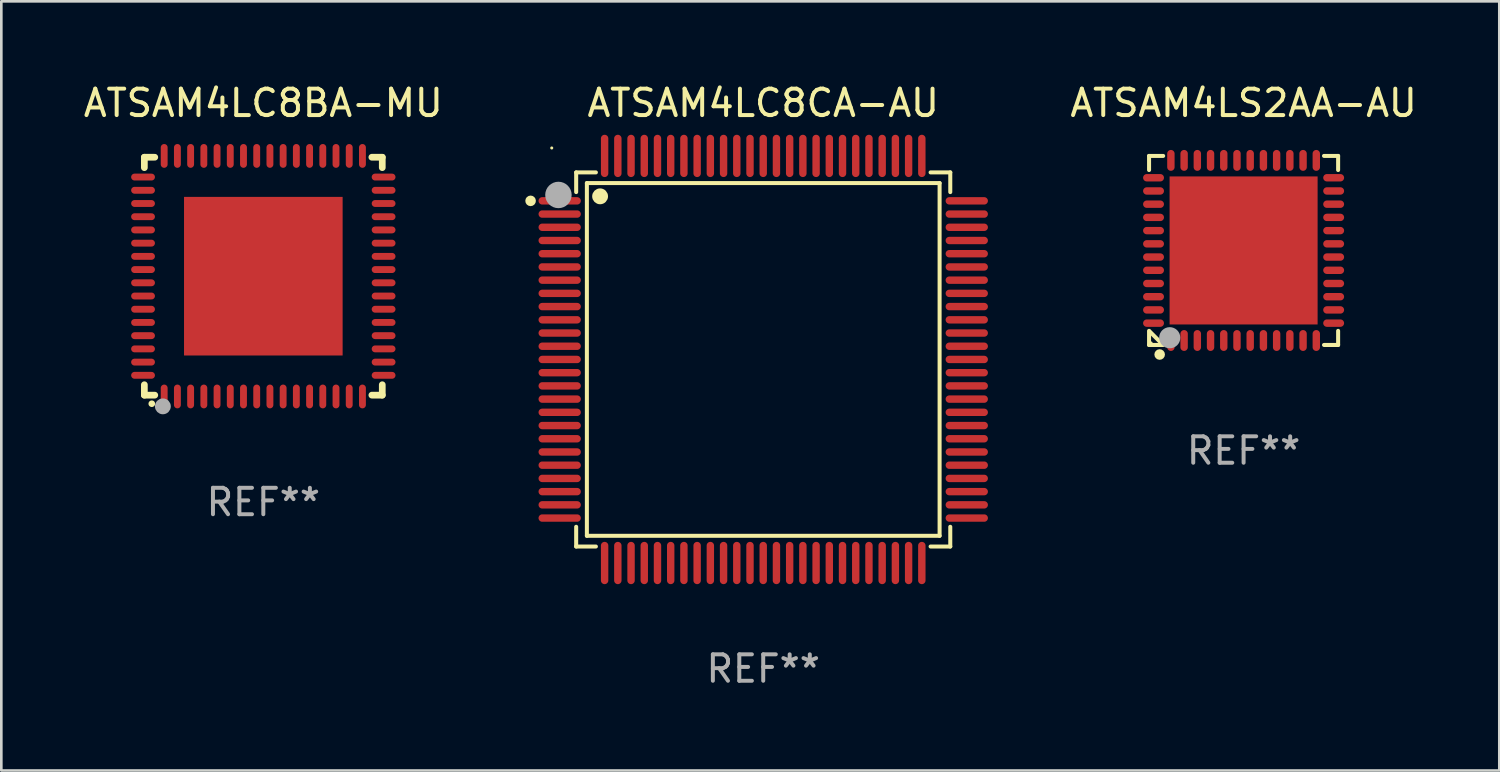
<source format=kicad_pcb>
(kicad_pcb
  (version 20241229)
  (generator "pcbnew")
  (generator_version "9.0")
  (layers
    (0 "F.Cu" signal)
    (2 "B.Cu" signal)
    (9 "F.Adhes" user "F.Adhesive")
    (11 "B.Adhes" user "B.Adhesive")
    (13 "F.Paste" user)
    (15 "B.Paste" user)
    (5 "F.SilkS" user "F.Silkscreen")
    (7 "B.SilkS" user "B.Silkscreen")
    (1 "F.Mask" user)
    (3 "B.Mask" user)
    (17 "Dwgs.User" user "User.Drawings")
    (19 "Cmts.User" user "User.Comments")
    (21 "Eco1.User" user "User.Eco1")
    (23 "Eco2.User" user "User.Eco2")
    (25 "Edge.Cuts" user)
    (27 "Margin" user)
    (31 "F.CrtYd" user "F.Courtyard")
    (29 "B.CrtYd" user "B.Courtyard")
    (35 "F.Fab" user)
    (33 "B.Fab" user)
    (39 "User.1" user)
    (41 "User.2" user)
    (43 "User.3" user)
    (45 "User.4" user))
  (footprint "ATSAM4LS2AA-AU"
    (layer "F.Cu")
    (at 43.994 6.424)
    (property "Reference" "ATSAM4LS2AA-AU" (at 0 -5.576 0) (layer "F.SilkS") (effects (font (size 1 1) (thickness 0.15))))
    (attr through_hole)
    (fp_line (start -3.576 -3.576) (end -3.576 -3.042) (stroke (width 0.152) (type solid)) (layer "F.SilkS"))
    (fp_line (start -3.576 3.576) (end -3.576 3.042) (stroke (width 0.152) (type solid)) (layer "F.SilkS"))
    (fp_line (start -3.069 3.549) (end -3.549 3.069) (stroke (width 0.152) (type solid)) (layer "F.SilkS"))
    (fp_line (start -3.042 -3.576) (end -3.576 -3.576) (stroke (width 0.152) (type solid)) (layer "F.SilkS"))
    (fp_line (start -3.042 3.576) (end -3.576 3.576) (stroke (width 0.152) (type solid)) (layer "F.SilkS"))
    (fp_line (start 3.042 -3.576) (end 3.576 -3.576) (stroke (width 0.152) (type solid)) (layer "F.SilkS"))
    (fp_line (start 3.042 3.576) (end 3.576 3.576) (stroke (width 0.152) (type solid)) (layer "F.SilkS"))
    (fp_line (start 3.576 -3.576) (end 3.576 -3.042) (stroke (width 0.152) (type solid)) (layer "F.SilkS"))
    (fp_line (start 3.576 3.576) (end 3.576 3.042) (stroke (width 0.152) (type solid)) (layer "F.SilkS"))
    (fp_circle (center -3.5 3.5) (end -3.47 3.5) (stroke (width 0.06) (type solid)) (fill no) (layer "F.SilkS"))
    (fp_circle (center -3.175 3.937) (end -3.075 3.937) (stroke (width 0.2) (type solid)) (fill no) (layer "F.SilkS"))
    (fp_circle (center -2.794 3.302) (end -2.594 3.302) (stroke (width 0.4) (type solid)) (fill no) (layer "F.Fab"))
    (fp_text user "REF**" (at 0 7.576 0) (layer "F.Fab") (effects (font (size 1 1) (thickness 0.15))))
    (pad "1" smd oval (at -2.75 3.407) (size 0.28 0.79) (layers "F.Cu" "F.Mask" "F.Paste"))
    (pad "2" smd oval (at -2.25 3.407) (size 0.28 0.79) (layers "F.Cu" "F.Mask" "F.Paste"))
    (pad "3" smd oval (at -1.75 3.407) (size 0.28 0.79) (layers "F.Cu" "F.Mask" "F.Paste"))
    (pad "4" smd oval (at -1.25 3.407) (size 0.28 0.79) (layers "F.Cu" "F.Mask" "F.Paste"))
    (pad "5" smd oval (at -0.75 3.407) (size 0.28 0.79) (layers "F.Cu" "F.Mask" "F.Paste"))
    (pad "6" smd oval (at -0.25 3.407) (size 0.28 0.79) (layers "F.Cu" "F.Mask" "F.Paste"))
    (pad "7" smd oval (at 0.25 3.407) (size 0.28 0.79) (layers "F.Cu" "F.Mask" "F.Paste"))
    (pad "8" smd oval (at 0.75 3.407) (size 0.28 0.79) (layers "F.Cu" "F.Mask" "F.Paste"))
    (pad "9" smd oval (at 1.25 3.407) (size 0.28 0.79) (layers "F.Cu" "F.Mask" "F.Paste"))
    (pad "10" smd oval (at 1.75 3.407) (size 0.28 0.79) (layers "F.Cu" "F.Mask" "F.Paste"))
    (pad "11" smd oval (at 2.25 3.407) (size 0.28 0.79) (layers "F.Cu" "F.Mask" "F.Paste"))
    (pad "12" smd oval (at 2.75 3.407) (size 0.28 0.79) (layers "F.Cu" "F.Mask" "F.Paste"))
    (pad "13" smd oval (at 3.407 2.75) (size 0.79 0.28) (layers "F.Cu" "F.Mask" "F.Paste"))
    (pad "14" smd oval (at 3.407 2.25) (size 0.79 0.28) (layers "F.Cu" "F.Mask" "F.Paste"))
    (pad "15" smd oval (at 3.407 1.75) (size 0.79 0.28) (layers "F.Cu" "F.Mask" "F.Paste"))
    (pad "16" smd oval (at 3.407 1.25) (size 0.79 0.28) (layers "F.Cu" "F.Mask" "F.Paste"))
    (pad "17" smd oval (at 3.407 0.75) (size 0.79 0.28) (layers "F.Cu" "F.Mask" "F.Paste"))
    (pad "18" smd oval (at 3.407 0.25) (size 0.79 0.28) (layers "F.Cu" "F.Mask" "F.Paste"))
    (pad "19" smd oval (at 3.407 -0.25) (size 0.79 0.28) (layers "F.Cu" "F.Mask" "F.Paste"))
    (pad "20" smd oval (at 3.407 -0.75) (size 0.79 0.28) (layers "F.Cu" "F.Mask" "F.Paste"))
    (pad "21" smd oval (at 3.407 -1.25) (size 0.79 0.28) (layers "F.Cu" "F.Mask" "F.Paste"))
    (pad "22" smd oval (at 3.407 -1.75) (size 0.79 0.28) (layers "F.Cu" "F.Mask" "F.Paste"))
    (pad "23" smd oval (at 3.407 -2.25) (size 0.79 0.28) (layers "F.Cu" "F.Mask" "F.Paste"))
    (pad "24" smd oval (at 3.407 -2.75) (size 0.79 0.28) (layers "F.Cu" "F.Mask" "F.Paste"))
    (pad "25" smd oval (at 2.75 -3.407) (size 0.28 0.79) (layers "F.Cu" "F.Mask" "F.Paste"))
    (pad "26" smd oval (at 2.25 -3.407) (size 0.28 0.79) (layers "F.Cu" "F.Mask" "F.Paste"))
    (pad "27" smd oval (at 1.75 -3.407) (size 0.28 0.79) (layers "F.Cu" "F.Mask" "F.Paste"))
    (pad "28" smd oval (at 1.25 -3.407) (size 0.28 0.79) (layers "F.Cu" "F.Mask" "F.Paste"))
    (pad "29" smd oval (at 0.75 -3.407) (size 0.28 0.79) (layers "F.Cu" "F.Mask" "F.Paste"))
    (pad "30" smd oval (at 0.25 -3.407) (size 0.28 0.79) (layers "F.Cu" "F.Mask" "F.Paste"))
    (pad "31" smd oval (at -0.25 -3.407) (size 0.28 0.79) (layers "F.Cu" "F.Mask" "F.Paste"))
    (pad "32" smd oval (at -0.75 -3.407) (size 0.28 0.79) (layers "F.Cu" "F.Mask" "F.Paste"))
    (pad "33" smd oval (at -1.25 -3.407) (size 0.28 0.79) (layers "F.Cu" "F.Mask" "F.Paste"))
    (pad "34" smd oval (at -1.75 -3.407) (size 0.28 0.79) (layers "F.Cu" "F.Mask" "F.Paste"))
    (pad "35" smd oval (at -2.25 -3.407) (size 0.28 0.79) (layers "F.Cu" "F.Mask" "F.Paste"))
    (pad "36" smd oval (at -2.75 -3.407) (size 0.28 0.79) (layers "F.Cu" "F.Mask" "F.Paste"))
    (pad "37" smd oval (at -3.407 -2.75) (size 0.79 0.28) (layers "F.Cu" "F.Mask" "F.Paste"))
    (pad "38" smd oval (at -3.407 -2.25) (size 0.79 0.28) (layers "F.Cu" "F.Mask" "F.Paste"))
    (pad "39" smd oval (at -3.407 -1.75) (size 0.79 0.28) (layers "F.Cu" "F.Mask" "F.Paste"))
    (pad "40" smd oval (at -3.407 -1.25) (size 0.79 0.28) (layers "F.Cu" "F.Mask" "F.Paste"))
    (pad "41" smd oval (at -3.407 -0.75) (size 0.79 0.28) (layers "F.Cu" "F.Mask" "F.Paste"))
    (pad "42" smd oval (at -3.407 -0.25) (size 0.79 0.28) (layers "F.Cu" "F.Mask" "F.Paste"))
    (pad "43" smd oval (at -3.407 0.25) (size 0.79 0.28) (layers "F.Cu" "F.Mask" "F.Paste"))
    (pad "44" smd oval (at -3.407 0.75) (size 0.79 0.28) (layers "F.Cu" "F.Mask" "F.Paste"))
    (pad "45" smd oval (at -3.407 1.25) (size 0.79 0.28) (layers "F.Cu" "F.Mask" "F.Paste"))
    (pad "46" smd oval (at -3.407 1.75) (size 0.79 0.28) (layers "F.Cu" "F.Mask" "F.Paste"))
    (pad "47" smd oval (at -3.407 2.25) (size 0.79 0.28) (layers "F.Cu" "F.Mask" "F.Paste"))
    (pad "48" smd oval (at -3.407 2.75) (size 0.79 0.28) (layers "F.Cu" "F.Mask" "F.Paste"))
    (pad "49" smd rect (at 0 0) (size 5.6 5.6) (layers "F.Cu" "F.Mask" "F.Paste")))
  (footprint "ATSAM4LC8BA-MU"
    (layer "F.Cu")
    (at 6.911 7.398)
    (property "Reference" "ATSAM4LC8BA-MU" (at 0 -6.55 0) (layer "F.SilkS") (effects (font (size 1 1) (thickness 0.15))))
    (attr through_hole)
    (fp_line (start -4.5 -4.5) (end -4.106 -4.5) (stroke (width 0.254) (type solid)) (layer "F.SilkS"))
    (fp_line (start -4.5 -4.106) (end -4.5 -4.5) (stroke (width 0.254) (type solid)) (layer "F.SilkS"))
    (fp_line (start -4.5 4.5) (end -4.5 4.106) (stroke (width 0.254) (type solid)) (layer "F.SilkS"))
    (fp_line (start -4.106 4.5) (end -4.5 4.5) (stroke (width 0.254) (type solid)) (layer "F.SilkS"))
    (fp_line (start 4.106 -4.5) (end 4.5 -4.5) (stroke (width 0.254) (type solid)) (layer "F.SilkS"))
    (fp_line (start 4.5 -4.5) (end 4.5 -4.106) (stroke (width 0.254) (type solid)) (layer "F.SilkS"))
    (fp_line (start 4.5 4.106) (end 4.5 4.5) (stroke (width 0.254) (type solid)) (layer "F.SilkS"))
    (fp_line (start 4.5 4.5) (end 4.106 4.5) (stroke (width 0.254) (type solid)) (layer "F.SilkS"))
    (fp_arc (start -4.220041 4.824308) (mid -4.218771 4.824302) (end -4.217501 4.824308) (stroke (width 0.24892) (type solid)) (layer "F.SilkS"))
    (fp_circle (center -4.5 4.5) (end -4.47 4.5) (stroke (width 0.06) (type solid)) (fill no) (layer "F.SilkS"))
    (fp_circle (center -3.8 4.924) (end -3.65 4.924) (stroke (width 0.3) (type solid)) (fill no) (layer "F.Fab"))
    (fp_text user "REF**" (at 0 8.55 0) (layer "F.Fab") (effects (font (size 1 1) (thickness 0.15))))
    (pad "1" smd oval (at -3.75 4.55 90) (size 0.9 0.26) (layers "F.Cu" "F.Mask" "F.Paste"))
    (pad "2" smd oval (at -3.25 4.55 90) (size 0.9 0.26) (layers "F.Cu" "F.Mask" "F.Paste"))
    (pad "3" smd oval (at -2.75 4.55 90) (size 0.9 0.26) (layers "F.Cu" "F.Mask" "F.Paste"))
    (pad "4" smd oval (at -2.25 4.55 90) (size 0.9 0.26) (layers "F.Cu" "F.Mask" "F.Paste"))
    (pad "5" smd oval (at -1.75 4.55 90) (size 0.9 0.26) (layers "F.Cu" "F.Mask" "F.Paste"))
    (pad "6" smd oval (at -1.25 4.55 90) (size 0.9 0.26) (layers "F.Cu" "F.Mask" "F.Paste"))
    (pad "7" smd oval (at -0.75 4.55 90) (size 0.9 0.26) (layers "F.Cu" "F.Mask" "F.Paste"))
    (pad "8" smd oval (at -0.25 4.55 90) (size 0.9 0.26) (layers "F.Cu" "F.Mask" "F.Paste"))
    (pad "9" smd oval (at 0.25 4.55 90) (size 0.9 0.26) (layers "F.Cu" "F.Mask" "F.Paste"))
    (pad "10" smd oval (at 0.75 4.55 90) (size 0.9 0.26) (layers "F.Cu" "F.Mask" "F.Paste"))
    (pad "11" smd oval (at 1.25 4.55 90) (size 0.9 0.26) (layers "F.Cu" "F.Mask" "F.Paste"))
    (pad "12" smd oval (at 1.75 4.55 90) (size 0.9 0.26) (layers "F.Cu" "F.Mask" "F.Paste"))
    (pad "13" smd oval (at 2.25 4.55 90) (size 0.9 0.26) (layers "F.Cu" "F.Mask" "F.Paste"))
    (pad "14" smd oval (at 2.75 4.55 90) (size 0.9 0.26) (layers "F.Cu" "F.Mask" "F.Paste"))
    (pad "15" smd oval (at 3.25 4.55 90) (size 0.9 0.26) (layers "F.Cu" "F.Mask" "F.Paste"))
    (pad "16" smd oval (at 3.75 4.55 90) (size 0.9 0.26) (layers "F.Cu" "F.Mask" "F.Paste"))
    (pad "17" smd oval (at 4.55 3.75 90) (size 0.26 0.9) (layers "F.Cu" "F.Mask" "F.Paste"))
    (pad "18" smd oval (at 4.55 3.25 90) (size 0.26 0.9) (layers "F.Cu" "F.Mask" "F.Paste"))
    (pad "19" smd oval (at 4.55 2.75 90) (size 0.26 0.9) (layers "F.Cu" "F.Mask" "F.Paste"))
    (pad "20" smd oval (at 4.55 2.25 90) (size 0.26 0.9) (layers "F.Cu" "F.Mask" "F.Paste"))
    (pad "21" smd oval (at 4.55 1.75 90) (size 0.26 0.9) (layers "F.Cu" "F.Mask" "F.Paste"))
    (pad "22" smd oval (at 4.55 1.25 90) (size 0.26 0.9) (layers "F.Cu" "F.Mask" "F.Paste"))
    (pad "23" smd oval (at 4.55 0.75 90) (size 0.26 0.9) (layers "F.Cu" "F.Mask" "F.Paste"))
    (pad "24" smd oval (at 4.55 0.25 90) (size 0.26 0.9) (layers "F.Cu" "F.Mask" "F.Paste"))
    (pad "25" smd oval (at 4.55 -0.25 90) (size 0.26 0.9) (layers "F.Cu" "F.Mask" "F.Paste"))
    (pad "26" smd oval (at 4.55 -0.75 90) (size 0.26 0.9) (layers "F.Cu" "F.Mask" "F.Paste"))
    (pad "27" smd oval (at 4.55 -1.25 90) (size 0.26 0.9) (layers "F.Cu" "F.Mask" "F.Paste"))
    (pad "28" smd oval (at 4.55 -1.75 90) (size 0.26 0.9) (layers "F.Cu" "F.Mask" "F.Paste"))
    (pad "29" smd oval (at 4.55 -2.25 90) (size 0.26 0.9) (layers "F.Cu" "F.Mask" "F.Paste"))
    (pad "30" smd oval (at 4.55 -2.75 90) (size 0.26 0.9) (layers "F.Cu" "F.Mask" "F.Paste"))
    (pad "31" smd oval (at 4.55 -3.25 90) (size 0.26 0.9) (layers "F.Cu" "F.Mask" "F.Paste"))
    (pad "32" smd oval (at 4.55 -3.75 90) (size 0.26 0.9) (layers "F.Cu" "F.Mask" "F.Paste"))
    (pad "33" smd oval (at 3.75 -4.55 90) (size 0.9 0.26) (layers "F.Cu" "F.Mask" "F.Paste"))
    (pad "34" smd oval (at 3.25 -4.55 90) (size 0.9 0.26) (layers "F.Cu" "F.Mask" "F.Paste"))
    (pad "35" smd oval (at 2.75 -4.55 90) (size 0.9 0.26) (layers "F.Cu" "F.Mask" "F.Paste"))
    (pad "36" smd oval (at 2.25 -4.55 90) (size 0.9 0.26) (layers "F.Cu" "F.Mask" "F.Paste"))
    (pad "37" smd oval (at 1.75 -4.55 90) (size 0.9 0.26) (layers "F.Cu" "F.Mask" "F.Paste"))
    (pad "38" smd oval (at 1.25 -4.55 90) (size 0.9 0.26) (layers "F.Cu" "F.Mask" "F.Paste"))
    (pad "39" smd oval (at 0.75 -4.55 90) (size 0.9 0.26) (layers "F.Cu" "F.Mask" "F.Paste"))
    (pad "40" smd oval (at 0.25 -4.55 90) (size 0.9 0.26) (layers "F.Cu" "F.Mask" "F.Paste"))
    (pad "41" smd oval (at -0.25 -4.55 90) (size 0.9 0.26) (layers "F.Cu" "F.Mask" "F.Paste"))
    (pad "42" smd oval (at -0.75 -4.55 90) (size 0.9 0.26) (layers "F.Cu" "F.Mask" "F.Paste"))
    (pad "43" smd oval (at -1.25 -4.55 90) (size 0.9 0.26) (layers "F.Cu" "F.Mask" "F.Paste"))
    (pad "44" smd oval (at -1.75 -4.55 90) (size 0.9 0.26) (layers "F.Cu" "F.Mask" "F.Paste"))
    (pad "45" smd oval (at -2.25 -4.55 90) (size 0.9 0.26) (layers "F.Cu" "F.Mask" "F.Paste"))
    (pad "46" smd oval (at -2.75 -4.55 90) (size 0.9 0.26) (layers "F.Cu" "F.Mask" "F.Paste"))
    (pad "47" smd oval (at -3.25 -4.55 90) (size 0.9 0.26) (layers "F.Cu" "F.Mask" "F.Paste"))
    (pad "48" smd oval (at -3.75 -4.55 90) (size 0.9 0.26) (layers "F.Cu" "F.Mask" "F.Paste"))
    (pad "49" smd oval (at -4.55 -3.75 90) (size 0.26 0.9) (layers "F.Cu" "F.Mask" "F.Paste"))
    (pad "50" smd oval (at -4.55 -3.25 90) (size 0.26 0.9) (layers "F.Cu" "F.Mask" "F.Paste"))
    (pad "51" smd oval (at -4.55 -2.75 90) (size 0.26 0.9) (layers "F.Cu" "F.Mask" "F.Paste"))
    (pad "52" smd oval (at -4.55 -2.25 90) (size 0.26 0.9) (layers "F.Cu" "F.Mask" "F.Paste"))
    (pad "53" smd oval (at -4.55 -1.75 90) (size 0.26 0.9) (layers "F.Cu" "F.Mask" "F.Paste"))
    (pad "54" smd oval (at -4.55 -1.25 90) (size 0.26 0.9) (layers "F.Cu" "F.Mask" "F.Paste"))
    (pad "55" smd oval (at -4.55 -0.75 90) (size 0.26 0.9) (layers "F.Cu" "F.Mask" "F.Paste"))
    (pad "56" smd oval (at -4.55 -0.25 90) (size 0.26 0.9) (layers "F.Cu" "F.Mask" "F.Paste"))
    (pad "57" smd oval (at -4.55 0.25 90) (size 0.26 0.9) (layers "F.Cu" "F.Mask" "F.Paste"))
    (pad "58" smd oval (at -4.55 0.75 90) (size 0.26 0.9) (layers "F.Cu" "F.Mask" "F.Paste"))
    (pad "59" smd oval (at -4.55 1.25 90) (size 0.26 0.9) (layers "F.Cu" "F.Mask" "F.Paste"))
    (pad "60" smd oval (at -4.55 1.75 90) (size 0.26 0.9) (layers "F.Cu" "F.Mask" "F.Paste"))
    (pad "61" smd oval (at -4.55 2.25 90) (size 0.26 0.9) (layers "F.Cu" "F.Mask" "F.Paste"))
    (pad "62" smd oval (at -4.55 2.75 90) (size 0.26 0.9) (layers "F.Cu" "F.Mask" "F.Paste"))
    (pad "63" smd oval (at -4.55 3.25 90) (size 0.26 0.9) (layers "F.Cu" "F.Mask" "F.Paste"))
    (pad "64" smd oval (at -4.55 3.75 90) (size 0.26 0.9) (layers "F.Cu" "F.Mask" "F.Paste"))
    (pad "65" smd rect (at 0.000381 0 90) (size 6 6) (layers "F.Cu" "F.Mask" "F.Paste")))
  (footprint "ATSAM4LC8CA-AU"
    (layer "F.Cu")
    (at 25.822 10.548)
    (property "Reference" "ATSAM4LC8CA-AU" (at 0 -9.7 0) (layer "F.SilkS") (effects (font (size 1 1) (thickness 0.15))))
    (attr through_hole)
    (fp_line (start -7.076 -7.076) (end -7.076 -6.331) (stroke (width 0.152) (type solid)) (layer "F.SilkS"))
    (fp_line (start -7.076 7.076) (end -7.076 6.33) (stroke (width 0.152) (type solid)) (layer "F.SilkS"))
    (fp_line (start -6.671 -6.672) (end 6.672 -6.672) (stroke (width 0.152) (type solid)) (layer "F.SilkS"))
    (fp_line (start -6.671 6.671) (end -6.671 -6.672) (stroke (width 0.152) (type solid)) (layer "F.SilkS"))
    (fp_line (start -6.33 -7.076) (end -7.076 -7.076) (stroke (width 0.152) (type solid)) (layer "F.SilkS"))
    (fp_line (start -6.33 7.076) (end -7.076 7.076) (stroke (width 0.152) (type solid)) (layer "F.SilkS"))
    (fp_line (start 6.331 -7.076) (end 7.076 -7.076) (stroke (width 0.152) (type solid)) (layer "F.SilkS"))
    (fp_line (start 6.331 7.076) (end 7.076 7.076) (stroke (width 0.152) (type solid)) (layer "F.SilkS"))
    (fp_line (start 6.672 -6.672) (end 6.672 6.671) (stroke (width 0.152) (type solid)) (layer "F.SilkS"))
    (fp_line (start 6.672 6.671) (end -6.671 6.671) (stroke (width 0.152) (type solid)) (layer "F.SilkS"))
    (fp_line (start 7.076 -7.076) (end 7.076 -6.331) (stroke (width 0.152) (type solid)) (layer "F.SilkS"))
    (fp_line (start 7.076 7.076) (end 7.076 6.33) (stroke (width 0.152) (type solid)) (layer "F.SilkS"))
    (fp_circle (center -8.8 -6) (end -8.7 -6) (stroke (width 0.2) (type solid)) (fill no) (layer "F.SilkS"))
    (fp_circle (center -8 -8) (end -7.97 -8) (stroke (width 0.06) (type solid)) (fill no) (layer "F.SilkS"))
    (fp_circle (center -6.171 -6.171) (end -6.021 -6.171) (stroke (width 0.3) (type solid)) (fill no) (layer "F.SilkS"))
    (fp_circle (center -7.747 -6.223) (end -7.497 -6.223) (stroke (width 0.5) (type solid)) (fill no) (layer "F.Fab"))
    (fp_text user "REF**" (at 0 11.7 0) (layer "F.Fab") (effects (font (size 1 1) (thickness 0.15))))
    (pad "1" smd oval (at -7.7 -6) (size 1.6 0.28) (layers "F.Cu" "F.Mask" "F.Paste"))
    (pad "2" smd oval (at -7.7 -5.5) (size 1.6 0.28) (layers "F.Cu" "F.Mask" "F.Paste"))
    (pad "3" smd oval (at -7.7 -5) (size 1.6 0.28) (layers "F.Cu" "F.Mask" "F.Paste"))
    (pad "4" smd oval (at -7.7 -4.5) (size 1.6 0.28) (layers "F.Cu" "F.Mask" "F.Paste"))
    (pad "5" smd oval (at -7.7 -4) (size 1.6 0.28) (layers "F.Cu" "F.Mask" "F.Paste"))
    (pad "6" smd oval (at -7.7 -3.5) (size 1.6 0.28) (layers "F.Cu" "F.Mask" "F.Paste"))
    (pad "7" smd oval (at -7.7 -3) (size 1.6 0.28) (layers "F.Cu" "F.Mask" "F.Paste"))
    (pad "8" smd oval (at -7.7 -2.5) (size 1.6 0.28) (layers "F.Cu" "F.Mask" "F.Paste"))
    (pad "9" smd oval (at -7.7 -2) (size 1.6 0.28) (layers "F.Cu" "F.Mask" "F.Paste"))
    (pad "10" smd oval (at -7.7 -1.5) (size 1.6 0.28) (layers "F.Cu" "F.Mask" "F.Paste"))
    (pad "11" smd oval (at -7.7 -1) (size 1.6 0.28) (layers "F.Cu" "F.Mask" "F.Paste"))
    (pad "12" smd oval (at -7.7 -0.5) (size 1.6 0.28) (layers "F.Cu" "F.Mask" "F.Paste"))
    (pad "13" smd oval (at -7.7 0) (size 1.6 0.28) (layers "F.Cu" "F.Mask" "F.Paste"))
    (pad "14" smd oval (at -7.7 0.5) (size 1.6 0.28) (layers "F.Cu" "F.Mask" "F.Paste"))
    (pad "15" smd oval (at -7.7 1) (size 1.6 0.28) (layers "F.Cu" "F.Mask" "F.Paste"))
    (pad "16" smd oval (at -7.7 1.5) (size 1.6 0.28) (layers "F.Cu" "F.Mask" "F.Paste"))
    (pad "17" smd oval (at -7.7 2) (size 1.6 0.28) (layers "F.Cu" "F.Mask" "F.Paste"))
    (pad "18" smd oval (at -7.7 2.5) (size 1.6 0.28) (layers "F.Cu" "F.Mask" "F.Paste"))
    (pad "19" smd oval (at -7.7 3) (size 1.6 0.28) (layers "F.Cu" "F.Mask" "F.Paste"))
    (pad "20" smd oval (at -7.7 3.5) (size 1.6 0.28) (layers "F.Cu" "F.Mask" "F.Paste"))
    (pad "21" smd oval (at -7.7 4) (size 1.6 0.28) (layers "F.Cu" "F.Mask" "F.Paste"))
    (pad "22" smd oval (at -7.7 4.5) (size 1.6 0.28) (layers "F.Cu" "F.Mask" "F.Paste"))
    (pad "23" smd oval (at -7.7 5) (size 1.6 0.28) (layers "F.Cu" "F.Mask" "F.Paste"))
    (pad "24" smd oval (at -7.7 5.5) (size 1.6 0.28) (layers "F.Cu" "F.Mask" "F.Paste"))
    (pad "25" smd oval (at -7.7 6) (size 1.6 0.28) (layers "F.Cu" "F.Mask" "F.Paste"))
    (pad "26" smd oval (at -6 7.7) (size 0.28 1.6) (layers "F.Cu" "F.Mask" "F.Paste"))
    (pad "27" smd oval (at -5.5 7.7) (size 0.28 1.6) (layers "F.Cu" "F.Mask" "F.Paste"))
    (pad "28" smd oval (at -5 7.7) (size 0.28 1.6) (layers "F.Cu" "F.Mask" "F.Paste"))
    (pad "29" smd oval (at -4.5 7.7) (size 0.28 1.6) (layers "F.Cu" "F.Mask" "F.Paste"))
    (pad "30" smd oval (at -4 7.7) (size 0.28 1.6) (layers "F.Cu" "F.Mask" "F.Paste"))
    (pad "31" smd oval (at -3.5 7.7) (size 0.28 1.6) (layers "F.Cu" "F.Mask" "F.Paste"))
    (pad "32" smd oval (at -3 7.7) (size 0.28 1.6) (layers "F.Cu" "F.Mask" "F.Paste"))
    (pad "33" smd oval (at -2.5 7.7) (size 0.28 1.6) (layers "F.Cu" "F.Mask" "F.Paste"))
    (pad "34" smd oval (at -2 7.7) (size 0.28 1.6) (layers "F.Cu" "F.Mask" "F.Paste"))
    (pad "35" smd oval (at -1.5 7.7) (size 0.28 1.6) (layers "F.Cu" "F.Mask" "F.Paste"))
    (pad "36" smd oval (at -1 7.7) (size 0.28 1.6) (layers "F.Cu" "F.Mask" "F.Paste"))
    (pad "37" smd oval (at -0.5 7.7) (size 0.28 1.6) (layers "F.Cu" "F.Mask" "F.Paste"))
    (pad "38" smd oval (at 0 7.7) (size 0.28 1.6) (layers "F.Cu" "F.Mask" "F.Paste"))
    (pad "39" smd oval (at 0.5 7.7) (size 0.28 1.6) (layers "F.Cu" "F.Mask" "F.Paste"))
    (pad "40" smd oval (at 1 7.7) (size 0.28 1.6) (layers "F.Cu" "F.Mask" "F.Paste"))
    (pad "41" smd oval (at 1.5 7.7) (size 0.28 1.6) (layers "F.Cu" "F.Mask" "F.Paste"))
    (pad "42" smd oval (at 2 7.7) (size 0.28 1.6) (layers "F.Cu" "F.Mask" "F.Paste"))
    (pad "43" smd oval (at 2.5 7.7) (size 0.28 1.6) (layers "F.Cu" "F.Mask" "F.Paste"))
    (pad "44" smd oval (at 3 7.7) (size 0.28 1.6) (layers "F.Cu" "F.Mask" "F.Paste"))
    (pad "45" smd oval (at 3.5 7.7) (size 0.28 1.6) (layers "F.Cu" "F.Mask" "F.Paste"))
    (pad "46" smd oval (at 4 7.7) (size 0.28 1.6) (layers "F.Cu" "F.Mask" "F.Paste"))
    (pad "47" smd oval (at 4.5 7.7) (size 0.28 1.6) (layers "F.Cu" "F.Mask" "F.Paste"))
    (pad "48" smd oval (at 5 7.7) (size 0.28 1.6) (layers "F.Cu" "F.Mask" "F.Paste"))
    (pad "49" smd oval (at 5.5 7.7) (size 0.28 1.6) (layers "F.Cu" "F.Mask" "F.Paste"))
    (pad "50" smd oval (at 6 7.7) (size 0.28 1.6) (layers "F.Cu" "F.Mask" "F.Paste"))
    (pad "51" smd oval (at 7.7 6) (size 1.6 0.28) (layers "F.Cu" "F.Mask" "F.Paste"))
    (pad "52" smd oval (at 7.7 5.5) (size 1.6 0.28) (layers "F.Cu" "F.Mask" "F.Paste"))
    (pad "53" smd oval (at 7.7 5) (size 1.6 0.28) (layers "F.Cu" "F.Mask" "F.Paste"))
    (pad "54" smd oval (at 7.7 4.5) (size 1.6 0.28) (layers "F.Cu" "F.Mask" "F.Paste"))
    (pad "55" smd oval (at 7.7 4) (size 1.6 0.28) (layers "F.Cu" "F.Mask" "F.Paste"))
    (pad "56" smd oval (at 7.7 3.5) (size 1.6 0.28) (layers "F.Cu" "F.Mask" "F.Paste"))
    (pad "57" smd oval (at 7.7 3) (size 1.6 0.28) (layers "F.Cu" "F.Mask" "F.Paste"))
    (pad "58" smd oval (at 7.7 2.5) (size 1.6 0.28) (layers "F.Cu" "F.Mask" "F.Paste"))
    (pad "59" smd oval (at 7.7 2) (size 1.6 0.28) (layers "F.Cu" "F.Mask" "F.Paste"))
    (pad "60" smd oval (at 7.7 1.5) (size 1.6 0.28) (layers "F.Cu" "F.Mask" "F.Paste"))
    (pad "61" smd oval (at 7.7 1) (size 1.6 0.28) (layers "F.Cu" "F.Mask" "F.Paste"))
    (pad "62" smd oval (at 7.7 0.5) (size 1.6 0.28) (layers "F.Cu" "F.Mask" "F.Paste"))
    (pad "63" smd oval (at 7.7 0) (size 1.6 0.28) (layers "F.Cu" "F.Mask" "F.Paste"))
    (pad "64" smd oval (at 7.7 -0.5) (size 1.6 0.28) (layers "F.Cu" "F.Mask" "F.Paste"))
    (pad "65" smd oval (at 7.7 -1) (size 1.6 0.28) (layers "F.Cu" "F.Mask" "F.Paste"))
    (pad "66" smd oval (at 7.7 -1.5) (size 1.6 0.28) (layers "F.Cu" "F.Mask" "F.Paste"))
    (pad "67" smd oval (at 7.7 -2) (size 1.6 0.28) (layers "F.Cu" "F.Mask" "F.Paste"))
    (pad "68" smd oval (at 7.7 -2.5) (size 1.6 0.28) (layers "F.Cu" "F.Mask" "F.Paste"))
    (pad "69" smd oval (at 7.7 -3) (size 1.6 0.28) (layers "F.Cu" "F.Mask" "F.Paste"))
    (pad "70" smd oval (at 7.7 -3.5) (size 1.6 0.28) (layers "F.Cu" "F.Mask" "F.Paste"))
    (pad "71" smd oval (at 7.7 -4) (size 1.6 0.28) (layers "F.Cu" "F.Mask" "F.Paste"))
    (pad "72" smd oval (at 7.7 -4.5) (size 1.6 0.28) (layers "F.Cu" "F.Mask" "F.Paste"))
    (pad "73" smd oval (at 7.7 -5) (size 1.6 0.28) (layers "F.Cu" "F.Mask" "F.Paste"))
    (pad "74" smd oval (at 7.7 -5.5) (size 1.6 0.28) (layers "F.Cu" "F.Mask" "F.Paste"))
    (pad "75" smd oval (at 7.7 -6) (size 1.6 0.28) (layers "F.Cu" "F.Mask" "F.Paste"))
    (pad "76" smd oval (at 6 -7.7) (size 0.28 1.6) (layers "F.Cu" "F.Mask" "F.Paste"))
    (pad "77" smd oval (at 5.5 -7.7) (size 0.28 1.6) (layers "F.Cu" "F.Mask" "F.Paste"))
    (pad "78" smd oval (at 5 -7.7) (size 0.28 1.6) (layers "F.Cu" "F.Mask" "F.Paste"))
    (pad "79" smd oval (at 4.5 -7.7) (size 0.28 1.6) (layers "F.Cu" "F.Mask" "F.Paste"))
    (pad "80" smd oval (at 4 -7.7) (size 0.28 1.6) (layers "F.Cu" "F.Mask" "F.Paste"))
    (pad "81" smd oval (at 3.5 -7.7) (size 0.28 1.6) (layers "F.Cu" "F.Mask" "F.Paste"))
    (pad "82" smd oval (at 3 -7.7) (size 0.28 1.6) (layers "F.Cu" "F.Mask" "F.Paste"))
    (pad "83" smd oval (at 2.5 -7.7) (size 0.28 1.6) (layers "F.Cu" "F.Mask" "F.Paste"))
    (pad "84" smd oval (at 2 -7.7) (size 0.28 1.6) (layers "F.Cu" "F.Mask" "F.Paste"))
    (pad "85" smd oval (at 1.5 -7.7) (size 0.28 1.6) (layers "F.Cu" "F.Mask" "F.Paste"))
    (pad "86" smd oval (at 1 -7.7) (size 0.28 1.6) (layers "F.Cu" "F.Mask" "F.Paste"))
    (pad "87" smd oval (at 0.5 -7.7) (size 0.28 1.6) (layers "F.Cu" "F.Mask" "F.Paste"))
    (pad "88" smd oval (at 0 -7.7) (size 0.28 1.6) (layers "F.Cu" "F.Mask" "F.Paste"))
    (pad "89" smd oval (at -0.5 -7.7) (size 0.28 1.6) (layers "F.Cu" "F.Mask" "F.Paste"))
    (pad "90" smd oval (at -1 -7.7) (size 0.28 1.6) (layers "F.Cu" "F.Mask" "F.Paste"))
    (pad "91" smd oval (at -1.5 -7.7) (size 0.28 1.6) (layers "F.Cu" "F.Mask" "F.Paste"))
    (pad "92" smd oval (at -2 -7.7) (size 0.28 1.6) (layers "F.Cu" "F.Mask" "F.Paste"))
    (pad "93" smd oval (at -2.5 -7.7) (size 0.28 1.6) (layers "F.Cu" "F.Mask" "F.Paste"))
    (pad "94" smd oval (at -3 -7.7) (size 0.28 1.6) (layers "F.Cu" "F.Mask" "F.Paste"))
    (pad "95" smd oval (at -3.5 -7.7) (size 0.28 1.6) (layers "F.Cu" "F.Mask" "F.Paste"))
    (pad "96" smd oval (at -4 -7.7) (size 0.28 1.6) (layers "F.Cu" "F.Mask" "F.Paste"))
    (pad "97" smd oval (at -4.5 -7.7) (size 0.28 1.6) (layers "F.Cu" "F.Mask" "F.Paste"))
    (pad "98" smd oval (at -5 -7.7) (size 0.28 1.6) (layers "F.Cu" "F.Mask" "F.Paste"))
    (pad "99" smd oval (at -5.5 -7.7) (size 0.28 1.6) (layers "F.Cu" "F.Mask" "F.Paste"))
    (pad "100" smd oval (at -6 -7.7) (size 0.28 1.6) (layers "F.Cu" "F.Mask" "F.Paste")))
  (gr_rect
    (start -3 -3)
    (end 53.667 26.097)
    (stroke (width 0.1) (type default))
    (fill no)
    (layer "Edge.Cuts")))
</source>
